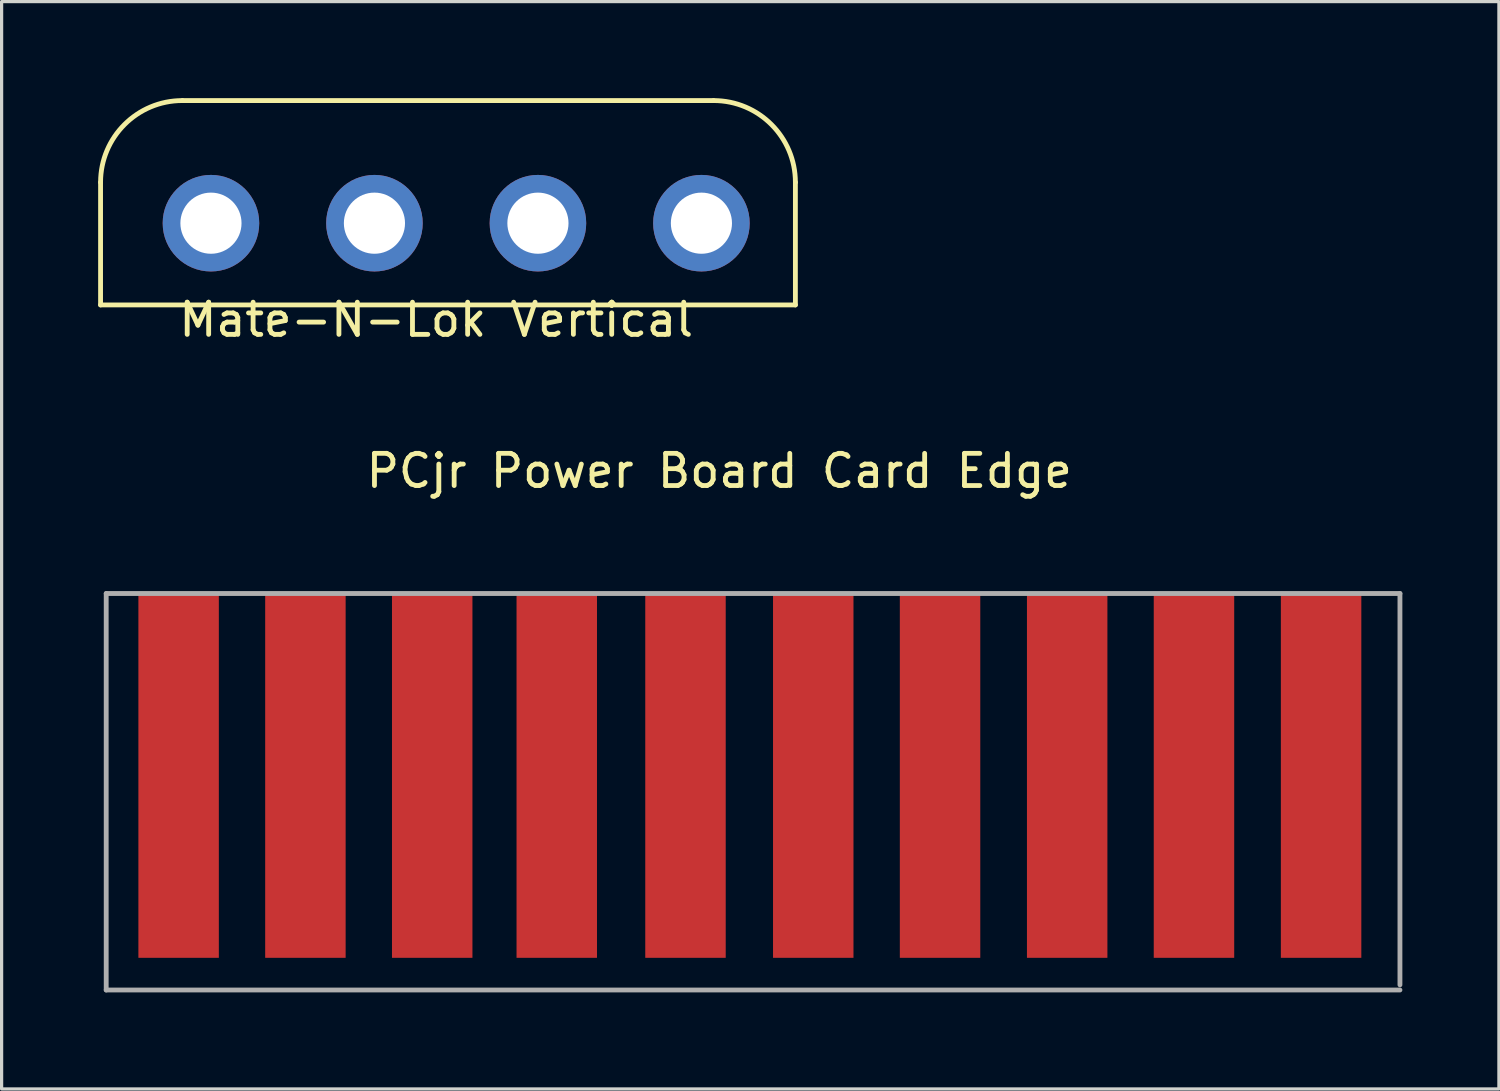
<source format=kicad_pcb>
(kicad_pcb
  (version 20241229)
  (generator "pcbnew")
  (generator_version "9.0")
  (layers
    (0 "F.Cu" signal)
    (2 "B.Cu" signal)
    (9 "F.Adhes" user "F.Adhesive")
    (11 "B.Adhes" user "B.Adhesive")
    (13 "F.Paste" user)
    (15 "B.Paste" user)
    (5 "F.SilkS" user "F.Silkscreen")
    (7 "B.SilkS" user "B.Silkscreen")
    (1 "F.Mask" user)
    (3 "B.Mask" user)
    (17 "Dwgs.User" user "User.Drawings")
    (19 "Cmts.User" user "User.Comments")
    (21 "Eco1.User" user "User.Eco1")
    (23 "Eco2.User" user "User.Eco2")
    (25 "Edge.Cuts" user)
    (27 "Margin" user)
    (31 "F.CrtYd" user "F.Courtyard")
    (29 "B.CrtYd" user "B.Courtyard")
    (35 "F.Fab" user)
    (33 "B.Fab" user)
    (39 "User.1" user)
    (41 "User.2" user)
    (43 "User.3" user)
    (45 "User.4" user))
  (footprint "PCjr Power Board Card Edge"
    (layer "F.Cu")
    (at 0.25 15.392)
    (property "Reference" "PCjr Power Board Card Edge" (at 19.05 -3.81 0) (layer "F.SilkS") (effects (font (size 1 1) (thickness 0.15))))
    (attr through_hole)
    (fp_line (start 0 0) (end 0 12.32) (stroke (width 0.15) (type solid)) (layer "F.Fab"))
    (fp_line (start 0 12.32) (end 40.2 12.32) (stroke (width 0.15) (type solid)) (layer "F.Fab"))
    (fp_line (start 40.2 0) (end 0 0) (stroke (width 0.15) (type solid)) (layer "F.Fab"))
    (fp_line (start 40.2 12.16) (end 40.2 0) (stroke (width 0.15) (type solid)) (layer "F.Fab"))
    (pad "1" smd rect (at 2.25 5.66) (size 2.5 11.32) (layers "F.Cu" "F.Mask" "F.Paste"))
    (pad "2" smd rect (at 6.19 5.66) (size 2.5 11.32) (layers "F.Cu" "F.Mask" "F.Paste"))
    (pad "3" smd rect (at 10.13 5.66) (size 2.5 11.32) (layers "F.Cu" "F.Mask" "F.Paste"))
    (pad "4" smd rect (at 14 5.66) (size 2.5 11.32) (layers "F.Cu" "F.Mask" "F.Paste"))
    (pad "5" smd rect (at 18 5.66) (size 2.5 11.32) (layers "F.Cu" "F.Mask" "F.Paste"))
    (pad "6" smd rect (at 21.97 5.66) (size 2.5 11.32) (layers "F.Cu" "F.Mask" "F.Paste"))
    (pad "7" smd rect (at 25.91 5.66) (size 2.5 11.32) (layers "F.Cu" "F.Mask" "F.Paste"))
    (pad "8" smd rect (at 29.86 5.66) (size 2.5 11.32) (layers "F.Cu" "F.Mask" "F.Paste"))
    (pad "9" smd rect (at 33.8 5.66) (size 2.5 11.32) (layers "F.Cu" "F.Mask" "F.Paste"))
    (pad "10" smd rect (at 37.75 5.66) (size 2.5 11.32) (layers "F.Cu" "F.Mask" "F.Paste")))
  (footprint "Mate-N-Lok Vertical"
    (layer "F.Cu")
    (at 11.505 3.885)
    (property "Reference" "Mate-N-Lok Vertical" (at -1 3 0) (layer "F.SilkS") (effects (font (size 1 1) (thickness 0.15))))
    (attr through_hole)
    (fp_line (start -11.43 2.54) (end -11.43 -1.27) (stroke (width 0.15) (type solid)) (layer "F.SilkS"))
    (fp_line (start -8.89 -3.81) (end 7.62 -3.81) (stroke (width 0.15) (type solid)) (layer "F.SilkS"))
    (fp_line (start 10.16 -1.27) (end 10.16 2.54) (stroke (width 0.15) (type solid)) (layer "F.SilkS"))
    (fp_line (start 10.16 2.54) (end -11.43 2.54) (stroke (width 0.15) (type solid)) (layer "F.SilkS"))
    (fp_arc (start -11.43 -1.27) (mid -10.686051 -3.066051) (end -8.89 -3.81) (stroke (width 0.15) (type solid)) (layer "F.SilkS"))
    (fp_arc (start 7.62 -3.81) (mid 9.416051 -3.066051) (end 10.16 -1.27) (stroke (width 0.15) (type solid)) (layer "F.SilkS"))
    (pad "1" thru_hole circle (at -8 0) (size 3 3) (drill 1.9) (layers "*.Cu" "*.Mask"))
    (pad "2" thru_hole circle (at -2.92 0) (size 3 3) (drill 1.9) (layers "*.Cu" "*.Mask"))
    (pad "3" thru_hole circle (at 2.16 0) (size 3 3) (drill 1.9) (layers "*.Cu" "*.Mask"))
    (pad "4" thru_hole circle (at 7.24 0) (size 3 3) (drill 1.9) (layers "*.Cu" "*.Mask")))
  (gr_rect
    (start -3 -3)
    (end 43.525 30.787)
    (stroke (width 0.1) (type default))
    (fill no)
    (layer "Edge.Cuts")))
</source>
